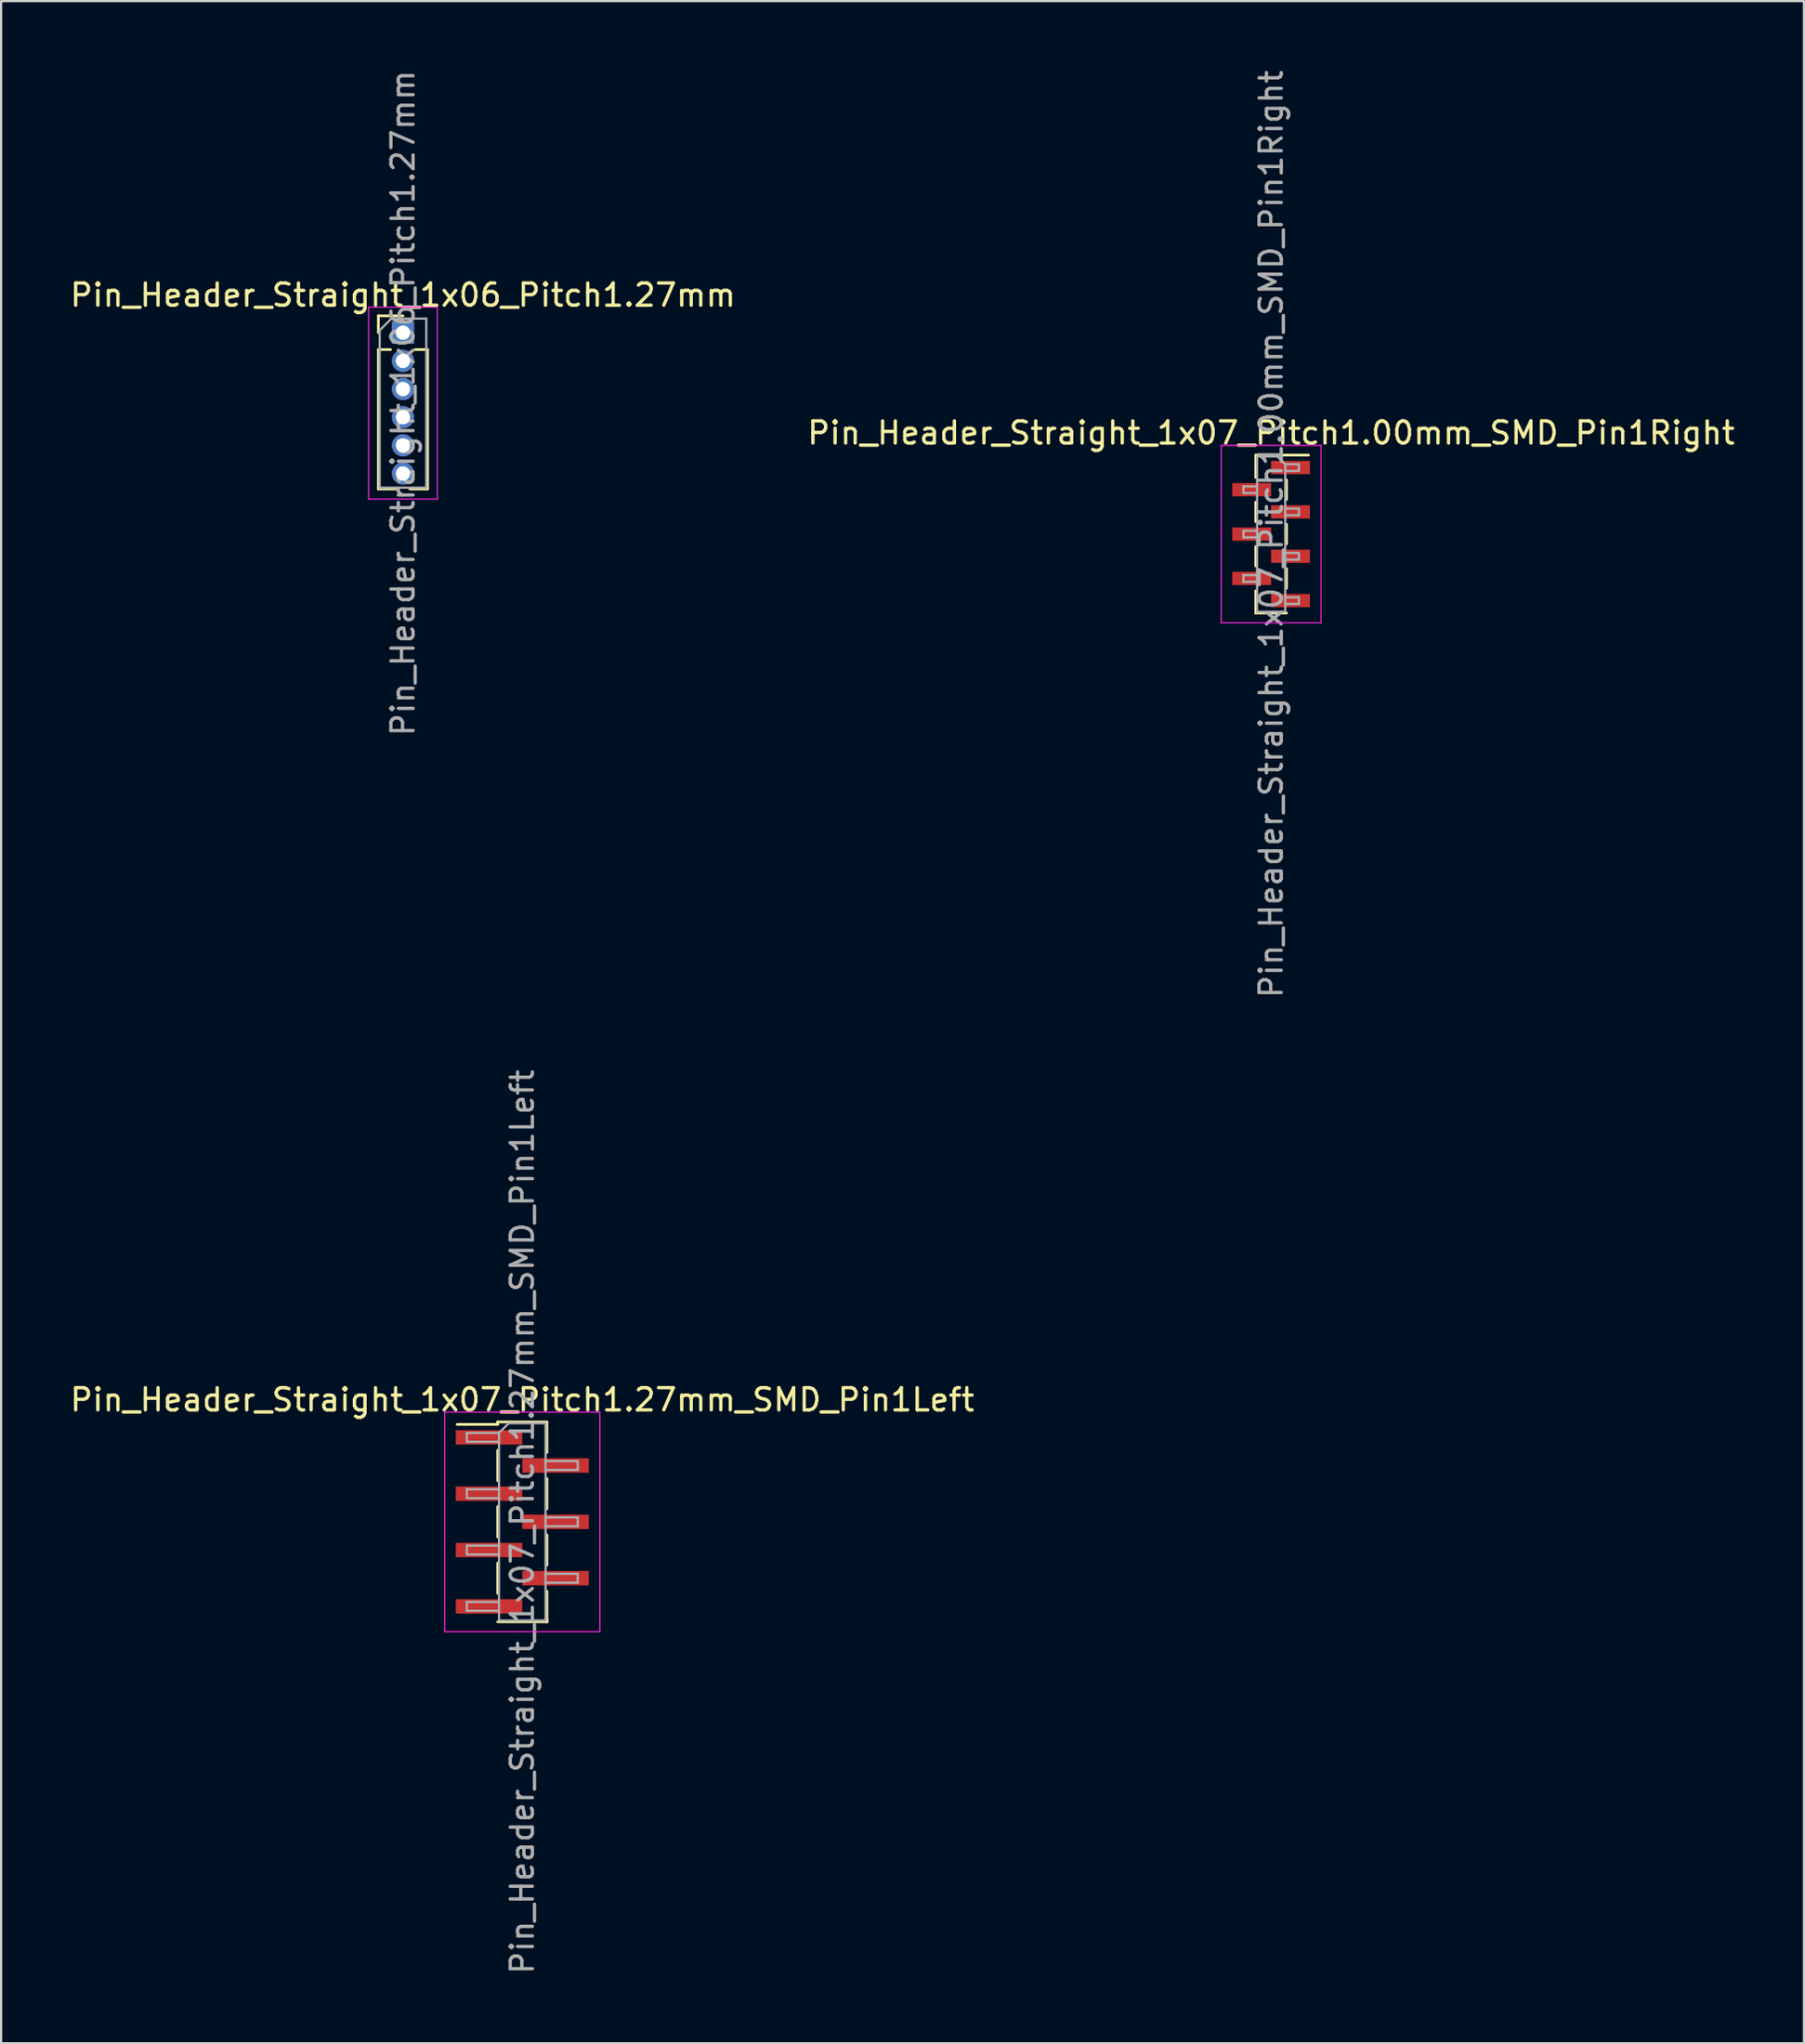
<source format=kicad_pcb>
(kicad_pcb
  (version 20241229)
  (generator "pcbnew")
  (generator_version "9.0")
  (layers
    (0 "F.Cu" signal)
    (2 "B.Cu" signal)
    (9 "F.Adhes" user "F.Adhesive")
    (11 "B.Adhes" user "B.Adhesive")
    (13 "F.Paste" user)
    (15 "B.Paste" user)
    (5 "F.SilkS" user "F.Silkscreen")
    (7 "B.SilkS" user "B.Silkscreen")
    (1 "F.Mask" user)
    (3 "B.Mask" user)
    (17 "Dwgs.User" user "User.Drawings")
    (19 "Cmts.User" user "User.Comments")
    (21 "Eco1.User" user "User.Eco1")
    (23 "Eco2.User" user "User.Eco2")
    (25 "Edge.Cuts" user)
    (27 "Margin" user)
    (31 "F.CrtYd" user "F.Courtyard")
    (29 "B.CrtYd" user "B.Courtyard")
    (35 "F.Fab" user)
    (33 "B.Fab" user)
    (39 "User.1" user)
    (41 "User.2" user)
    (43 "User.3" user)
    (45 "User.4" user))
  (footprint "Pin_Header_Straight_1x06_Pitch1.27mm"
    (layer "F.Cu")
    (at 15.125 11.95)
    (property "Reference" "Pin_Header_Straight_1x06_Pitch1.27mm" (at 0 -1.695 0) (layer "F.SilkS") (effects (font (size 1 1) (thickness 0.15))))
    (attr through_hole)
    (fp_line (start -1.11 -0.76) (end 0 -0.76) (stroke (width 0.12) (type solid)) (layer "F.SilkS"))
    (fp_line (start -1.11 0) (end -1.11 -0.76) (stroke (width 0.12) (type solid)) (layer "F.SilkS"))
    (fp_line (start -1.11 0.76) (end -1.11 7.045) (stroke (width 0.12) (type solid)) (layer "F.SilkS"))
    (fp_line (start -1.11 0.76) (end -0.563 0.76) (stroke (width 0.12) (type solid)) (layer "F.SilkS"))
    (fp_line (start -1.11 7.045) (end -0.308 7.045) (stroke (width 0.12) (type solid)) (layer "F.SilkS"))
    (fp_line (start 0.308 7.045) (end 1.11 7.045) (stroke (width 0.12) (type solid)) (layer "F.SilkS"))
    (fp_line (start 0.563 0.76) (end 1.11 0.76) (stroke (width 0.12) (type solid)) (layer "F.SilkS"))
    (fp_line (start 1.11 0.76) (end 1.11 7.045) (stroke (width 0.12) (type solid)) (layer "F.SilkS"))
    (fp_line (start -1.55 -1.15) (end -1.55 7.5) (stroke (width 0.05) (type solid)) (layer "F.CrtYd"))
    (fp_line (start -1.55 7.5) (end 1.55 7.5) (stroke (width 0.05) (type solid)) (layer "F.CrtYd"))
    (fp_line (start 1.55 -1.15) (end -1.55 -1.15) (stroke (width 0.05) (type solid)) (layer "F.CrtYd"))
    (fp_line (start 1.55 7.5) (end 1.55 -1.15) (stroke (width 0.05) (type solid)) (layer "F.CrtYd"))
    (fp_line (start -1.05 -0.11) (end -0.525 -0.635) (stroke (width 0.1) (type solid)) (layer "F.Fab"))
    (fp_line (start -1.05 6.985) (end -1.05 -0.11) (stroke (width 0.1) (type solid)) (layer "F.Fab"))
    (fp_line (start -0.525 -0.635) (end 1.05 -0.635) (stroke (width 0.1) (type solid)) (layer "F.Fab"))
    (fp_line (start 1.05 -0.635) (end 1.05 6.985) (stroke (width 0.1) (type solid)) (layer "F.Fab"))
    (fp_line (start 1.05 6.985) (end -1.05 6.985) (stroke (width 0.1) (type solid)) (layer "F.Fab"))
    (fp_text user "${REFERENCE}" (at 0 3.175 90) (layer "F.Fab") (effects (font (size 1 1) (thickness 0.15))))
    (pad "1" thru_hole rect (at 0 0) (size 1 1) (drill 0.65) (layers "*.Cu" "*.Mask"))
    (pad "2" thru_hole oval (at 0 1.27) (size 1 1) (drill 0.65) (layers "*.Cu" "*.Mask"))
    (pad "3" thru_hole oval (at 0 2.54) (size 1 1) (drill 0.65) (layers "*.Cu" "*.Mask"))
    (pad "4" thru_hole oval (at 0 3.81) (size 1 1) (drill 0.65) (layers "*.Cu" "*.Mask"))
    (pad "5" thru_hole oval (at 0 5.08) (size 1 1) (drill 0.65) (layers "*.Cu" "*.Mask"))
    (pad "6" thru_hole oval (at 0 6.35) (size 1 1) (drill 0.65) (layers "*.Cu" "*.Mask")))
  (footprint "Pin_Header_Straight_1x07_Pitch1.00mm_SMD_Pin1Right"
    (layer "F.Cu")
    (at 54.28 21.03)
    (property "Reference" "Pin_Header_Straight_1x07_Pitch1.00mm_SMD_Pin1Right" (at 0 -4.56 0) (layer "F.SilkS") (effects (font (size 1 1) (thickness 0.15))))
    (attr smd)
    (fp_line (start -0.695 -3.56) (end -0.695 -2.56) (stroke (width 0.12) (type solid)) (layer "F.SilkS"))
    (fp_line (start -0.695 -3.56) (end 0.695 -3.56) (stroke (width 0.12) (type solid)) (layer "F.SilkS"))
    (fp_line (start -0.695 -3.44) (end -0.695 -2.56) (stroke (width 0.12) (type solid)) (layer "F.SilkS"))
    (fp_line (start -0.695 -1.44) (end -0.695 -0.56) (stroke (width 0.12) (type solid)) (layer "F.SilkS"))
    (fp_line (start -0.695 0.56) (end -0.695 1.44) (stroke (width 0.12) (type solid)) (layer "F.SilkS"))
    (fp_line (start -0.695 2.56) (end -0.695 3.56) (stroke (width 0.12) (type solid)) (layer "F.SilkS"))
    (fp_line (start -0.695 3.56) (end -0.695 3.56) (stroke (width 0.12) (type solid)) (layer "F.SilkS"))
    (fp_line (start -0.695 3.56) (end 0.695 3.56) (stroke (width 0.12) (type solid)) (layer "F.SilkS"))
    (fp_line (start 0.695 -3.56) (end 0.695 -3.56) (stroke (width 0.12) (type solid)) (layer "F.SilkS"))
    (fp_line (start 0.695 -3.56) (end 1.69 -3.56) (stroke (width 0.12) (type solid)) (layer "F.SilkS"))
    (fp_line (start 0.695 -2.44) (end 0.695 -1.56) (stroke (width 0.12) (type solid)) (layer "F.SilkS"))
    (fp_line (start 0.695 -0.44) (end 0.695 0.44) (stroke (width 0.12) (type solid)) (layer "F.SilkS"))
    (fp_line (start 0.695 1.56) (end 0.695 2.44) (stroke (width 0.12) (type solid)) (layer "F.SilkS"))
    (fp_line (start -2.25 -4) (end -2.25 4) (stroke (width 0.05) (type solid)) (layer "F.CrtYd"))
    (fp_line (start -2.25 4) (end 2.25 4) (stroke (width 0.05) (type solid)) (layer "F.CrtYd"))
    (fp_line (start 2.25 -4) (end -2.25 -4) (stroke (width 0.05) (type solid)) (layer "F.CrtYd"))
    (fp_line (start 2.25 4) (end 2.25 -4) (stroke (width 0.05) (type solid)) (layer "F.CrtYd"))
    (fp_line (start -1.25 -2.15) (end -1.25 -1.85) (stroke (width 0.1) (type solid)) (layer "F.Fab"))
    (fp_line (start -1.25 -1.85) (end -0.635 -1.85) (stroke (width 0.1) (type solid)) (layer "F.Fab"))
    (fp_line (start -1.25 -0.15) (end -1.25 0.15) (stroke (width 0.1) (type solid)) (layer "F.Fab"))
    (fp_line (start -1.25 0.15) (end -0.635 0.15) (stroke (width 0.1) (type solid)) (layer "F.Fab"))
    (fp_line (start -1.25 1.85) (end -1.25 2.15) (stroke (width 0.1) (type solid)) (layer "F.Fab"))
    (fp_line (start -1.25 2.15) (end -0.635 2.15) (stroke (width 0.1) (type solid)) (layer "F.Fab"))
    (fp_line (start -0.635 -3.5) (end -0.635 3.5) (stroke (width 0.1) (type solid)) (layer "F.Fab"))
    (fp_line (start -0.635 -3.5) (end 0.285 -3.5) (stroke (width 0.1) (type solid)) (layer "F.Fab"))
    (fp_line (start -0.635 -2.15) (end -1.25 -2.15) (stroke (width 0.1) (type solid)) (layer "F.Fab"))
    (fp_line (start -0.635 -0.15) (end -1.25 -0.15) (stroke (width 0.1) (type solid)) (layer "F.Fab"))
    (fp_line (start -0.635 1.85) (end -1.25 1.85) (stroke (width 0.1) (type solid)) (layer "F.Fab"))
    (fp_line (start 0.635 -3.15) (end 0.285 -3.5) (stroke (width 0.1) (type solid)) (layer "F.Fab"))
    (fp_line (start 0.635 -3.15) (end 1.25 -3.15) (stroke (width 0.1) (type solid)) (layer "F.Fab"))
    (fp_line (start 0.635 -1.15) (end 1.25 -1.15) (stroke (width 0.1) (type solid)) (layer "F.Fab"))
    (fp_line (start 0.635 0.85) (end 1.25 0.85) (stroke (width 0.1) (type solid)) (layer "F.Fab"))
    (fp_line (start 0.635 2.85) (end 1.25 2.85) (stroke (width 0.1) (type solid)) (layer "F.Fab"))
    (fp_line (start 0.635 3.5) (end -0.635 3.5) (stroke (width 0.1) (type solid)) (layer "F.Fab"))
    (fp_line (start 0.635 3.5) (end 0.635 -3.15) (stroke (width 0.1) (type solid)) (layer "F.Fab"))
    (fp_line (start 1.25 -3.15) (end 1.25 -2.85) (stroke (width 0.1) (type solid)) (layer "F.Fab"))
    (fp_line (start 1.25 -2.85) (end 0.635 -2.85) (stroke (width 0.1) (type solid)) (layer "F.Fab"))
    (fp_line (start 1.25 -1.15) (end 1.25 -0.85) (stroke (width 0.1) (type solid)) (layer "F.Fab"))
    (fp_line (start 1.25 -0.85) (end 0.635 -0.85) (stroke (width 0.1) (type solid)) (layer "F.Fab"))
    (fp_line (start 1.25 0.85) (end 1.25 1.15) (stroke (width 0.1) (type solid)) (layer "F.Fab"))
    (fp_line (start 1.25 1.15) (end 0.635 1.15) (stroke (width 0.1) (type solid)) (layer "F.Fab"))
    (fp_line (start 1.25 2.85) (end 1.25 3.15) (stroke (width 0.1) (type solid)) (layer "F.Fab"))
    (fp_line (start 1.25 3.15) (end 0.635 3.15) (stroke (width 0.1) (type solid)) (layer "F.Fab"))
    (fp_text user "${REFERENCE}" (at 0 0 90) (layer "F.Fab") (effects (font (size 1 1) (thickness 0.15))))
    (pad "1" smd rect (at 0.875 -3) (size 1.75 0.6) (layers "F.Cu" "F.Mask" "F.Paste"))
    (pad "2" smd rect (at -0.875 -2) (size 1.75 0.6) (layers "F.Cu" "F.Mask" "F.Paste"))
    (pad "3" smd rect (at 0.875 -1) (size 1.75 0.6) (layers "F.Cu" "F.Mask" "F.Paste"))
    (pad "4" smd rect (at -0.875 0) (size 1.75 0.6) (layers "F.Cu" "F.Mask" "F.Paste"))
    (pad "5" smd rect (at 0.875 1) (size 1.75 0.6) (layers "F.Cu" "F.Mask" "F.Paste"))
    (pad "6" smd rect (at -0.875 2) (size 1.75 0.6) (layers "F.Cu" "F.Mask" "F.Paste"))
    (pad "7" smd rect (at 0.875 3) (size 1.75 0.6) (layers "F.Cu" "F.Mask" "F.Paste")))
  (footprint "Pin_Header_Straight_1x07_Pitch1.27mm_SMD_Pin1Left"
    (layer "F.Cu")
    (at 20.506 65.565)
    (property "Reference" "Pin_Header_Straight_1x07_Pitch1.27mm_SMD_Pin1Left" (at 0 -5.505 0) (layer "F.SilkS") (effects (font (size 1 1) (thickness 0.15))))
    (attr smd)
    (fp_line (start -1.11 -4.505) (end -1.11 -4.395) (stroke (width 0.12) (type solid)) (layer "F.SilkS"))
    (fp_line (start -1.11 -4.505) (end 1.11 -4.505) (stroke (width 0.12) (type solid)) (layer "F.SilkS"))
    (fp_line (start -1.11 -4.395) (end -2.94 -4.395) (stroke (width 0.12) (type solid)) (layer "F.SilkS"))
    (fp_line (start -1.11 -3.225) (end -1.11 -1.855) (stroke (width 0.12) (type solid)) (layer "F.SilkS"))
    (fp_line (start -1.11 -0.685) (end -1.11 0.685) (stroke (width 0.12) (type solid)) (layer "F.SilkS"))
    (fp_line (start -1.11 1.855) (end -1.11 3.225) (stroke (width 0.12) (type solid)) (layer "F.SilkS"))
    (fp_line (start -1.11 4.505) (end 1.11 4.505) (stroke (width 0.12) (type solid)) (layer "F.SilkS"))
    (fp_line (start 1.11 -4.495) (end 1.11 -3.125) (stroke (width 0.12) (type solid)) (layer "F.SilkS"))
    (fp_line (start 1.11 -1.955) (end 1.11 -0.585) (stroke (width 0.12) (type solid)) (layer "F.SilkS"))
    (fp_line (start 1.11 0.585) (end 1.11 1.955) (stroke (width 0.12) (type solid)) (layer "F.SilkS"))
    (fp_line (start 1.11 3.125) (end 1.11 4.495) (stroke (width 0.12) (type solid)) (layer "F.SilkS"))
    (fp_line (start 1.11 4.395) (end 1.11 4.505) (stroke (width 0.12) (type solid)) (layer "F.SilkS"))
    (fp_line (start -3.5 -4.95) (end -3.5 4.95) (stroke (width 0.05) (type solid)) (layer "F.CrtYd"))
    (fp_line (start -3.5 4.95) (end 3.5 4.95) (stroke (width 0.05) (type solid)) (layer "F.CrtYd"))
    (fp_line (start 3.5 -4.95) (end -3.5 -4.95) (stroke (width 0.05) (type solid)) (layer "F.CrtYd"))
    (fp_line (start 3.5 4.95) (end 3.5 -4.95) (stroke (width 0.05) (type solid)) (layer "F.CrtYd"))
    (fp_line (start -2.5 -4.01) (end -2.5 -3.61) (stroke (width 0.1) (type solid)) (layer "F.Fab"))
    (fp_line (start -2.5 -3.61) (end -1.05 -3.61) (stroke (width 0.1) (type solid)) (layer "F.Fab"))
    (fp_line (start -2.5 -1.47) (end -2.5 -1.07) (stroke (width 0.1) (type solid)) (layer "F.Fab"))
    (fp_line (start -2.5 -1.07) (end -1.05 -1.07) (stroke (width 0.1) (type solid)) (layer "F.Fab"))
    (fp_line (start -2.5 1.07) (end -2.5 1.47) (stroke (width 0.1) (type solid)) (layer "F.Fab"))
    (fp_line (start -2.5 1.47) (end -1.05 1.47) (stroke (width 0.1) (type solid)) (layer "F.Fab"))
    (fp_line (start -2.5 3.61) (end -2.5 4.01) (stroke (width 0.1) (type solid)) (layer "F.Fab"))
    (fp_line (start -2.5 4.01) (end -1.05 4.01) (stroke (width 0.1) (type solid)) (layer "F.Fab"))
    (fp_line (start -1.05 -4.01) (end -2.5 -4.01) (stroke (width 0.1) (type solid)) (layer "F.Fab"))
    (fp_line (start -1.05 -4.01) (end -0.615 -4.445) (stroke (width 0.1) (type solid)) (layer "F.Fab"))
    (fp_line (start -1.05 -1.47) (end -2.5 -1.47) (stroke (width 0.1) (type solid)) (layer "F.Fab"))
    (fp_line (start -1.05 1.07) (end -2.5 1.07) (stroke (width 0.1) (type solid)) (layer "F.Fab"))
    (fp_line (start -1.05 3.61) (end -2.5 3.61) (stroke (width 0.1) (type solid)) (layer "F.Fab"))
    (fp_line (start -1.05 4.445) (end -1.05 -4.01) (stroke (width 0.1) (type solid)) (layer "F.Fab"))
    (fp_line (start -0.615 -4.445) (end 1.05 -4.445) (stroke (width 0.1) (type solid)) (layer "F.Fab"))
    (fp_line (start 1.05 -4.445) (end 1.05 4.445) (stroke (width 0.1) (type solid)) (layer "F.Fab"))
    (fp_line (start 1.05 -2.74) (end 2.5 -2.74) (stroke (width 0.1) (type solid)) (layer "F.Fab"))
    (fp_line (start 1.05 -0.2) (end 2.5 -0.2) (stroke (width 0.1) (type solid)) (layer "F.Fab"))
    (fp_line (start 1.05 2.34) (end 2.5 2.34) (stroke (width 0.1) (type solid)) (layer "F.Fab"))
    (fp_line (start 1.05 4.445) (end -1.05 4.445) (stroke (width 0.1) (type solid)) (layer "F.Fab"))
    (fp_line (start 2.5 -2.74) (end 2.5 -2.34) (stroke (width 0.1) (type solid)) (layer "F.Fab"))
    (fp_line (start 2.5 -2.34) (end 1.05 -2.34) (stroke (width 0.1) (type solid)) (layer "F.Fab"))
    (fp_line (start 2.5 -0.2) (end 2.5 0.2) (stroke (width 0.1) (type solid)) (layer "F.Fab"))
    (fp_line (start 2.5 0.2) (end 1.05 0.2) (stroke (width 0.1) (type solid)) (layer "F.Fab"))
    (fp_line (start 2.5 2.34) (end 2.5 2.74) (stroke (width 0.1) (type solid)) (layer "F.Fab"))
    (fp_line (start 2.5 2.74) (end 1.05 2.74) (stroke (width 0.1) (type solid)) (layer "F.Fab"))
    (fp_text user "${REFERENCE}" (at 0 0 90) (layer "F.Fab") (effects (font (size 1 1) (thickness 0.15))))
    (pad "1" smd rect (at -1.5 -3.81) (size 3 0.65) (layers "F.Cu" "F.Mask" "F.Paste"))
    (pad "2" smd rect (at 1.5 -2.54) (size 3 0.65) (layers "F.Cu" "F.Mask" "F.Paste"))
    (pad "3" smd rect (at -1.5 -1.27) (size 3 0.65) (layers "F.Cu" "F.Mask" "F.Paste"))
    (pad "4" smd rect (at 1.5 0) (size 3 0.65) (layers "F.Cu" "F.Mask" "F.Paste"))
    (pad "5" smd rect (at -1.5 1.27) (size 3 0.65) (layers "F.Cu" "F.Mask" "F.Paste"))
    (pad "6" smd rect (at 1.5 2.54) (size 3 0.65) (layers "F.Cu" "F.Mask" "F.Paste"))
    (pad "7" smd rect (at -1.5 3.81) (size 3 0.65) (layers "F.Cu" "F.Mask" "F.Paste")))
  (gr_rect
    (start -3 -3)
    (end 78.31 89.071)
    (stroke (width 0.1) (type default))
    (fill no)
    (layer "Edge.Cuts")))
</source>
